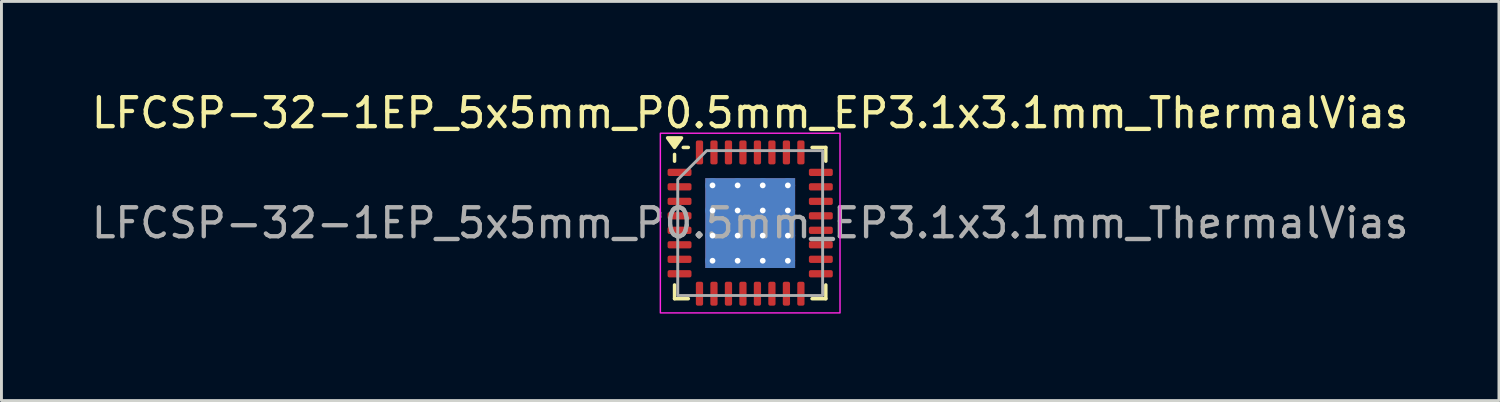
<source format=kicad_pcb>
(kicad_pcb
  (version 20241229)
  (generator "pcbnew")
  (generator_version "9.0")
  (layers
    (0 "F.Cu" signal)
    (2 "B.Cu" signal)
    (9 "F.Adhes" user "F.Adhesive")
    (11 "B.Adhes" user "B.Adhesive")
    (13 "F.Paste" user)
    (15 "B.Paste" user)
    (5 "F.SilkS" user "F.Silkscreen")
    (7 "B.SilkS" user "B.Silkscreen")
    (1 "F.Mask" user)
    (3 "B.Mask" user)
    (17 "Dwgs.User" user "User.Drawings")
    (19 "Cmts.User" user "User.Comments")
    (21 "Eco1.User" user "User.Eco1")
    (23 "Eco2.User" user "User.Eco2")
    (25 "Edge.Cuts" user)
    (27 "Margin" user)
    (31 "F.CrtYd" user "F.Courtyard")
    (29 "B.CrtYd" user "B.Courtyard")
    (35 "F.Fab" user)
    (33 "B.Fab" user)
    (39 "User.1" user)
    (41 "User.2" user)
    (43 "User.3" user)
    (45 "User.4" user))
  (footprint "LFCSP-32-1EP_5x5mm_P0.5mm_EP3.1x3.1mm_ThermalVias"
    (layer "F.Cu")
    (at 22.839 4.648)
    (property "Reference" "LFCSP-32-1EP_5x5mm_P0.5mm_EP3.1x3.1mm_ThermalVias" (at 0 -3.8 0) (layer "F.SilkS") (effects (font (size 1 1) (thickness 0.15))))
    (attr smd)
    (fp_line (start -2.61 -2.135) (end -2.61 -2.37) (stroke (width 0.12) (type solid)) (layer "F.SilkS"))
    (fp_line (start -2.61 2.61) (end -2.61 2.135) (stroke (width 0.12) (type solid)) (layer "F.SilkS"))
    (fp_line (start -2.135 -2.61) (end -2.31 -2.61) (stroke (width 0.12) (type solid)) (layer "F.SilkS"))
    (fp_line (start -2.135 2.61) (end -2.61 2.61) (stroke (width 0.12) (type solid)) (layer "F.SilkS"))
    (fp_line (start 2.135 -2.61) (end 2.61 -2.61) (stroke (width 0.12) (type solid)) (layer "F.SilkS"))
    (fp_line (start 2.135 2.61) (end 2.61 2.61) (stroke (width 0.12) (type solid)) (layer "F.SilkS"))
    (fp_line (start 2.61 -2.61) (end 2.61 -2.135) (stroke (width 0.12) (type solid)) (layer "F.SilkS"))
    (fp_line (start 2.61 2.61) (end 2.61 2.135) (stroke (width 0.12) (type solid)) (layer "F.SilkS"))
    (fp_poly (pts (xy -2.61 -2.61) (xy -2.85 -2.94) (xy -2.37 -2.94)) (stroke (width 0.12) (type solid)) (fill yes) (layer "F.SilkS"))
    (fp_rect (start -3.1 -3.1) (end 3.1 3.1) (stroke (width 0.05) (type solid)) (fill no) (layer "F.CrtYd"))
    (fp_poly (pts (xy -2.5 -1.5) (xy -2.5 2.5) (xy 2.5 2.5) (xy 2.5 -2.5) (xy -1.5 -2.5)) (stroke (width 0.1) (type solid)) (fill no) (layer "F.Fab"))
    (fp_text user "${REFERENCE}" (at 0 0 0) (layer "F.Fab") (effects (font (size 1 1) (thickness 0.15))))
    (pad "" smd custom (at -0.867 -0.867) (size 0.657 0.657) (layers "F.Paste") (options (anchor circle)) (primitives (gr_poly (pts (xy -0.24 -0.094) (xy -0.094 -0.24) (xy 0.094 -0.24) (xy 0.24 -0.094) (xy 0.24 0.094) (xy 0.094 0.24) (xy -0.094 0.24) (xy -0.24 0.094)) (width 0.353) (fill yes))))
    (pad "" smd custom (at -0.867 0) (size 0.657 0.657) (layers "F.Paste") (options (anchor circle)) (primitives (gr_poly (pts (xy -0.24 -0.094) (xy -0.094 -0.24) (xy 0.094 -0.24) (xy 0.24 -0.094) (xy 0.24 0.094) (xy 0.094 0.24) (xy -0.094 0.24) (xy -0.24 0.094)) (width 0.353) (fill yes))))
    (pad "" smd custom (at -0.867 0.867) (size 0.657 0.657) (layers "F.Paste") (options (anchor circle)) (primitives (gr_poly (pts (xy -0.24 -0.094) (xy -0.094 -0.24) (xy 0.094 -0.24) (xy 0.24 -0.094) (xy 0.24 0.094) (xy 0.094 0.24) (xy -0.094 0.24) (xy -0.24 0.094)) (width 0.353) (fill yes))))
    (pad "" smd custom (at 0 -0.867) (size 0.657 0.657) (layers "F.Paste") (options (anchor circle)) (primitives (gr_poly (pts (xy -0.24 -0.094) (xy -0.094 -0.24) (xy 0.094 -0.24) (xy 0.24 -0.094) (xy 0.24 0.094) (xy 0.094 0.24) (xy -0.094 0.24) (xy -0.24 0.094)) (width 0.353) (fill yes))))
    (pad "" smd custom (at 0 0) (size 0.657 0.657) (layers "F.Paste") (options (anchor circle)) (primitives (gr_poly (pts (xy -0.24 -0.094) (xy -0.094 -0.24) (xy 0.094 -0.24) (xy 0.24 -0.094) (xy 0.24 0.094) (xy 0.094 0.24) (xy -0.094 0.24) (xy -0.24 0.094)) (width 0.353) (fill yes))))
    (pad "" smd custom (at 0 0.867) (size 0.657 0.657) (layers "F.Paste") (options (anchor circle)) (primitives (gr_poly (pts (xy -0.24 -0.094) (xy -0.094 -0.24) (xy 0.094 -0.24) (xy 0.24 -0.094) (xy 0.24 0.094) (xy 0.094 0.24) (xy -0.094 0.24) (xy -0.24 0.094)) (width 0.353) (fill yes))))
    (pad "" smd custom (at 0.867 -0.867) (size 0.657 0.657) (layers "F.Paste") (options (anchor circle)) (primitives (gr_poly (pts (xy -0.24 -0.094) (xy -0.094 -0.24) (xy 0.094 -0.24) (xy 0.24 -0.094) (xy 0.24 0.094) (xy 0.094 0.24) (xy -0.094 0.24) (xy -0.24 0.094)) (width 0.353) (fill yes))))
    (pad "" smd custom (at 0.867 0) (size 0.657 0.657) (layers "F.Paste") (options (anchor circle)) (primitives (gr_poly (pts (xy -0.24 -0.094) (xy -0.094 -0.24) (xy 0.094 -0.24) (xy 0.24 -0.094) (xy 0.24 0.094) (xy 0.094 0.24) (xy -0.094 0.24) (xy -0.24 0.094)) (width 0.353) (fill yes))))
    (pad "" smd custom (at 0.867 0.867) (size 0.657 0.657) (layers "F.Paste") (options (anchor circle)) (primitives (gr_poly (pts (xy -0.24 -0.094) (xy -0.094 -0.24) (xy 0.094 -0.24) (xy 0.24 -0.094) (xy 0.24 0.094) (xy 0.094 0.24) (xy -0.094 0.24) (xy -0.24 0.094)) (width 0.353) (fill yes))))
    (pad "1" smd roundrect (at -2.438 -1.75) (size 0.825 0.25) (layers "F.Cu" "F.Mask" "F.Paste") (roundrect_rratio 0.25))
    (pad "2" smd roundrect (at -2.438 -1.25) (size 0.825 0.25) (layers "F.Cu" "F.Mask" "F.Paste") (roundrect_rratio 0.25))
    (pad "3" smd roundrect (at -2.438 -0.75) (size 0.825 0.25) (layers "F.Cu" "F.Mask" "F.Paste") (roundrect_rratio 0.25))
    (pad "4" smd roundrect (at -2.438 -0.25) (size 0.825 0.25) (layers "F.Cu" "F.Mask" "F.Paste") (roundrect_rratio 0.25))
    (pad "5" smd roundrect (at -2.438 0.25) (size 0.825 0.25) (layers "F.Cu" "F.Mask" "F.Paste") (roundrect_rratio 0.25))
    (pad "6" smd roundrect (at -2.438 0.75) (size 0.825 0.25) (layers "F.Cu" "F.Mask" "F.Paste") (roundrect_rratio 0.25))
    (pad "7" smd roundrect (at -2.438 1.25) (size 0.825 0.25) (layers "F.Cu" "F.Mask" "F.Paste") (roundrect_rratio 0.25))
    (pad "8" smd roundrect (at -2.438 1.75) (size 0.825 0.25) (layers "F.Cu" "F.Mask" "F.Paste") (roundrect_rratio 0.25))
    (pad "9" smd roundrect (at -1.75 2.438) (size 0.25 0.825) (layers "F.Cu" "F.Mask" "F.Paste") (roundrect_rratio 0.25))
    (pad "10" smd roundrect (at -1.25 2.438) (size 0.25 0.825) (layers "F.Cu" "F.Mask" "F.Paste") (roundrect_rratio 0.25))
    (pad "11" smd roundrect (at -0.75 2.438) (size 0.25 0.825) (layers "F.Cu" "F.Mask" "F.Paste") (roundrect_rratio 0.25))
    (pad "12" smd roundrect (at -0.25 2.438) (size 0.25 0.825) (layers "F.Cu" "F.Mask" "F.Paste") (roundrect_rratio 0.25))
    (pad "13" smd roundrect (at 0.25 2.438) (size 0.25 0.825) (layers "F.Cu" "F.Mask" "F.Paste") (roundrect_rratio 0.25))
    (pad "14" smd roundrect (at 0.75 2.438) (size 0.25 0.825) (layers "F.Cu" "F.Mask" "F.Paste") (roundrect_rratio 0.25))
    (pad "15" smd roundrect (at 1.25 2.438) (size 0.25 0.825) (layers "F.Cu" "F.Mask" "F.Paste") (roundrect_rratio 0.25))
    (pad "16" smd roundrect (at 1.75 2.438) (size 0.25 0.825) (layers "F.Cu" "F.Mask" "F.Paste") (roundrect_rratio 0.25))
    (pad "17" smd roundrect (at 2.438 1.75) (size 0.825 0.25) (layers "F.Cu" "F.Mask" "F.Paste") (roundrect_rratio 0.25))
    (pad "18" smd roundrect (at 2.438 1.25) (size 0.825 0.25) (layers "F.Cu" "F.Mask" "F.Paste") (roundrect_rratio 0.25))
    (pad "19" smd roundrect (at 2.438 0.75) (size 0.825 0.25) (layers "F.Cu" "F.Mask" "F.Paste") (roundrect_rratio 0.25))
    (pad "20" smd roundrect (at 2.438 0.25) (size 0.825 0.25) (layers "F.Cu" "F.Mask" "F.Paste") (roundrect_rratio 0.25))
    (pad "21" smd roundrect (at 2.438 -0.25) (size 0.825 0.25) (layers "F.Cu" "F.Mask" "F.Paste") (roundrect_rratio 0.25))
    (pad "22" smd roundrect (at 2.438 -0.75) (size 0.825 0.25) (layers "F.Cu" "F.Mask" "F.Paste") (roundrect_rratio 0.25))
    (pad "23" smd roundrect (at 2.438 -1.25) (size 0.825 0.25) (layers "F.Cu" "F.Mask" "F.Paste") (roundrect_rratio 0.25))
    (pad "24" smd roundrect (at 2.438 -1.75) (size 0.825 0.25) (layers "F.Cu" "F.Mask" "F.Paste") (roundrect_rratio 0.25))
    (pad "25" smd roundrect (at 1.75 -2.438) (size 0.25 0.825) (layers "F.Cu" "F.Mask" "F.Paste") (roundrect_rratio 0.25))
    (pad "26" smd roundrect (at 1.25 -2.438) (size 0.25 0.825) (layers "F.Cu" "F.Mask" "F.Paste") (roundrect_rratio 0.25))
    (pad "27" smd roundrect (at 0.75 -2.438) (size 0.25 0.825) (layers "F.Cu" "F.Mask" "F.Paste") (roundrect_rratio 0.25))
    (pad "28" smd roundrect (at 0.25 -2.438) (size 0.25 0.825) (layers "F.Cu" "F.Mask" "F.Paste") (roundrect_rratio 0.25))
    (pad "29" smd roundrect (at -0.25 -2.438) (size 0.25 0.825) (layers "F.Cu" "F.Mask" "F.Paste") (roundrect_rratio 0.25))
    (pad "30" smd roundrect (at -0.75 -2.438) (size 0.25 0.825) (layers "F.Cu" "F.Mask" "F.Paste") (roundrect_rratio 0.25))
    (pad "31" smd roundrect (at -1.25 -2.438) (size 0.25 0.825) (layers "F.Cu" "F.Mask" "F.Paste") (roundrect_rratio 0.25))
    (pad "32" smd roundrect (at -1.75 -2.438) (size 0.25 0.825) (layers "F.Cu" "F.Mask" "F.Paste") (roundrect_rratio 0.25))
    (pad "33" thru_hole circle (at -1.3 -1.3) (size 0.5 0.5) (drill 0.2) (property pad_prop_heatsink) (layers "*.Cu"))
    (pad "33" thru_hole circle (at -1.3 -0.433) (size 0.5 0.5) (drill 0.2) (property pad_prop_heatsink) (layers "*.Cu"))
    (pad "33" thru_hole circle (at -1.3 0.433) (size 0.5 0.5) (drill 0.2) (property pad_prop_heatsink) (layers "*.Cu"))
    (pad "33" thru_hole circle (at -1.3 1.3) (size 0.5 0.5) (drill 0.2) (property pad_prop_heatsink) (layers "*.Cu"))
    (pad "33" thru_hole circle (at -0.433 -1.3) (size 0.5 0.5) (drill 0.2) (property pad_prop_heatsink) (layers "*.Cu"))
    (pad "33" thru_hole circle (at -0.433 -0.433) (size 0.5 0.5) (drill 0.2) (property pad_prop_heatsink) (layers "*.Cu"))
    (pad "33" thru_hole circle (at -0.433 0.433) (size 0.5 0.5) (drill 0.2) (property pad_prop_heatsink) (layers "*.Cu"))
    (pad "33" thru_hole circle (at -0.433 1.3) (size 0.5 0.5) (drill 0.2) (property pad_prop_heatsink) (layers "*.Cu"))
    (pad "33" smd rect (at 0 0) (size 3.1 3.1) (property pad_prop_heatsink) (layers "F.Cu" "F.Mask"))
    (pad "33" smd rect (at 0 0) (size 3.1 3.1) (property pad_prop_heatsink) (layers "B.Cu"))
    (pad "33" thru_hole circle (at 0.433 -1.3) (size 0.5 0.5) (drill 0.2) (property pad_prop_heatsink) (layers "*.Cu"))
    (pad "33" thru_hole circle (at 0.433 -0.433) (size 0.5 0.5) (drill 0.2) (property pad_prop_heatsink) (layers "*.Cu"))
    (pad "33" thru_hole circle (at 0.433 0.433) (size 0.5 0.5) (drill 0.2) (property pad_prop_heatsink) (layers "*.Cu"))
    (pad "33" thru_hole circle (at 0.433 1.3) (size 0.5 0.5) (drill 0.2) (property pad_prop_heatsink) (layers "*.Cu"))
    (pad "33" thru_hole circle (at 1.3 -1.3) (size 0.5 0.5) (drill 0.2) (property pad_prop_heatsink) (layers "*.Cu"))
    (pad "33" thru_hole circle (at 1.3 -0.433) (size 0.5 0.5) (drill 0.2) (property pad_prop_heatsink) (layers "*.Cu"))
    (pad "33" thru_hole circle (at 1.3 0.433) (size 0.5 0.5) (drill 0.2) (property pad_prop_heatsink) (layers "*.Cu"))
    (pad "33" thru_hole circle (at 1.3 1.3) (size 0.5 0.5) (drill 0.2) (property pad_prop_heatsink) (layers "*.Cu")))
  (gr_rect
    (start -3 -3)
    (end 48.679 10.773)
    (stroke (width 0.1) (type default))
    (fill no)
    (layer "Edge.Cuts")))
</source>
